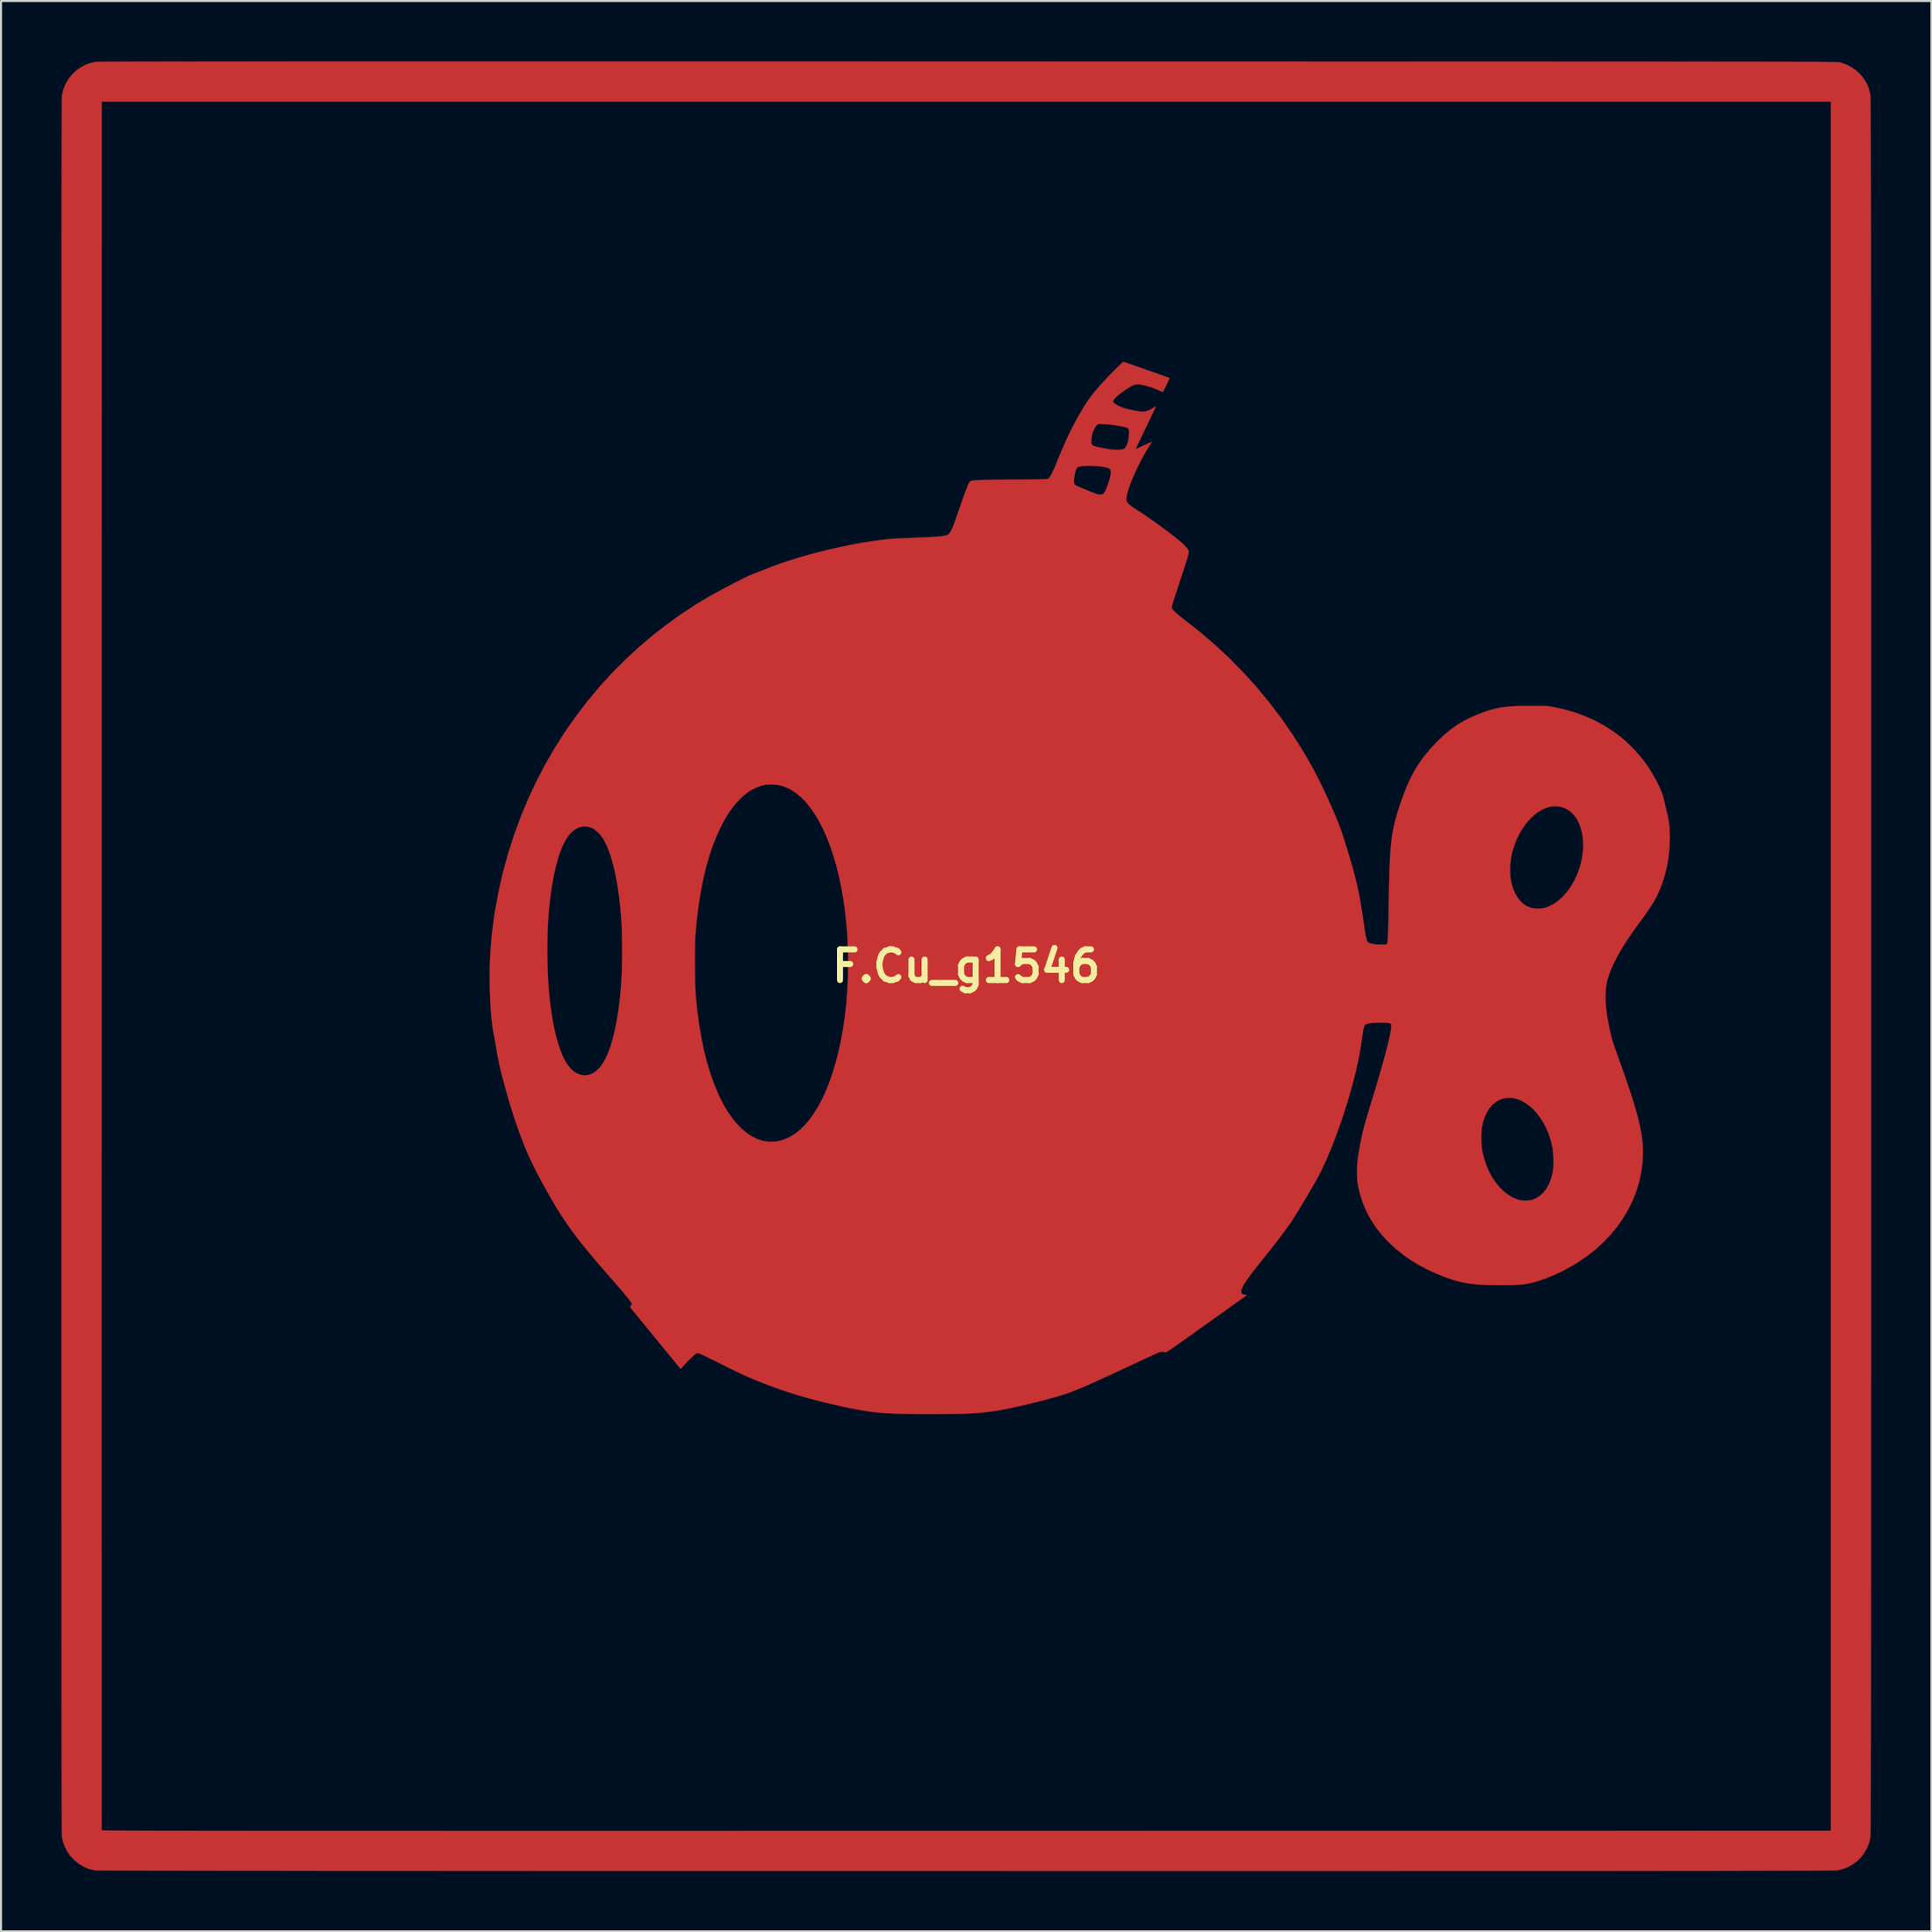
<source format=kicad_pcb>
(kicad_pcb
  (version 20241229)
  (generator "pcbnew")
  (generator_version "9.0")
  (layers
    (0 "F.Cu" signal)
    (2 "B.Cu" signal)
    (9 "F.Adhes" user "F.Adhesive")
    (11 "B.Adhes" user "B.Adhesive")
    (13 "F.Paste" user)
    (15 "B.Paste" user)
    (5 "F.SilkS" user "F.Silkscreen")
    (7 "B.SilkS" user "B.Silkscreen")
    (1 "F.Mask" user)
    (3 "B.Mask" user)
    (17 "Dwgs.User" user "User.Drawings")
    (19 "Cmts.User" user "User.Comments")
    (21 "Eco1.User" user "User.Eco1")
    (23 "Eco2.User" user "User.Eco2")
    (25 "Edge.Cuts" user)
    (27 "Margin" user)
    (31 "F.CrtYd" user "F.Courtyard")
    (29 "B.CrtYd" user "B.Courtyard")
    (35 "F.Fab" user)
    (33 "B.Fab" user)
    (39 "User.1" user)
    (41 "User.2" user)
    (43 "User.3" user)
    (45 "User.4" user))
  (footprint "F.Cu_g1546"
    (layer "F.Cu")
    (at 45.005 45.002)
    (property "Reference" "F.Cu_g1546" (at 0 0 0) (layer "F.SilkS") (effects (font (size 1.524 1.524) (thickness 0.3))))
    (attr through_hole)
    (fp_poly (pts (xy -21.119 -44.997) (xy -20.024 -44.997) (xy -18.895 -44.997) (xy -17.73 -44.997) (xy -16.53 -44.997) (xy -15.293 -44.997) (xy -14.02 -44.997) (xy -12.709 -44.996) (xy -11.361 -44.996) (xy -9.974 -44.996) (xy -8.548 -44.996) (xy -7.083 -44.996) (xy -5.577 -44.996) (xy -4.032 -44.995) (xy -2.445 -44.995) (xy -0.817 -44.995) (xy 0.085 -44.995) (xy 1.723 -44.995) (xy 3.32 -44.995) (xy 4.876 -44.994) (xy 6.391 -44.994) (xy 7.865 -44.994) (xy 9.3 -44.994) (xy 10.696 -44.993) (xy 12.054 -44.993) (xy 13.373 -44.993) (xy 14.655 -44.993) (xy 15.9 -44.993) (xy 17.109 -44.992) (xy 18.282 -44.992) (xy 19.419 -44.992) (xy 20.522 -44.992) (xy 21.59 -44.992) (xy 22.625 -44.991) (xy 23.626 -44.991) (xy 24.595 -44.991) (xy 25.532 -44.991) (xy 26.438 -44.99) (xy 27.312 -44.99) (xy 28.156 -44.99) (xy 28.97 -44.99) (xy 29.754 -44.989) (xy 30.51 -44.989) (xy 31.238 -44.989) (xy 31.937 -44.988) (xy 32.61 -44.988) (xy 33.256 -44.988) (xy 33.875 -44.987) (xy 34.469 -44.987) (xy 35.038 -44.987) (xy 35.583 -44.986) (xy 36.103 -44.986) (xy 36.6 -44.985) (xy 37.074 -44.985) (xy 37.526 -44.984) (xy 37.956 -44.984) (xy 38.365 -44.983) (xy 38.753 -44.983) (xy 39.12 -44.982) (xy 39.468 -44.982) (xy 39.797 -44.981) (xy 40.108 -44.981) (xy 40.4 -44.98) (xy 40.675 -44.979) (xy 40.933 -44.979) (xy 41.174 -44.978) (xy 41.4 -44.977) (xy 41.61 -44.977) (xy 41.805 -44.976) (xy 41.986 -44.975) (xy 42.154 -44.974) (xy 42.308 -44.974) (xy 42.449 -44.973) (xy 42.579 -44.972) (xy 42.697 -44.971) (xy 42.804 -44.97) (xy 42.9 -44.969) (xy 42.986 -44.968) (xy 43.063 -44.967) (xy 43.132 -44.966) (xy 43.191 -44.965) (xy 43.243 -44.964) (xy 43.288 -44.963) (xy 43.326 -44.962) (xy 43.358 -44.96) (xy 43.384 -44.959) (xy 43.406 -44.958) (xy 43.422 -44.957) (xy 43.435 -44.955) (xy 43.444 -44.954) (xy 43.45 -44.953) (xy 43.741 -44.852) (xy 44.006 -44.72) (xy 44.245 -44.559) (xy 44.453 -44.369) (xy 44.631 -44.154) (xy 44.777 -43.914) (xy 44.888 -43.652) (xy 44.962 -43.37) (xy 44.969 -43.334) (xy 44.97 -43.324) (xy 44.971 -43.307) (xy 44.972 -43.283) (xy 44.973 -43.251) (xy 44.974 -43.211) (xy 44.976 -43.162) (xy 44.977 -43.103) (xy 44.978 -43.035) (xy 44.979 -42.956) (xy 44.979 -42.867) (xy 44.98 -42.766) (xy 44.981 -42.653) (xy 44.982 -42.527) (xy 44.983 -42.388) (xy 44.984 -42.236) (xy 44.985 -42.07) (xy 44.985 -41.889) (xy 44.986 -41.693) (xy 44.987 -41.481) (xy 44.988 -41.253) (xy 44.988 -41.008) (xy 44.989 -40.746) (xy 44.989 -40.466) (xy 44.99 -40.168) (xy 44.991 -39.851) (xy 44.991 -39.515) (xy 44.992 -39.158) (xy 44.992 -38.782) (xy 44.993 -38.384) (xy 44.993 -37.965) (xy 44.994 -37.524) (xy 44.994 -37.06) (xy 44.995 -36.574) (xy 44.995 -36.063) (xy 44.995 -35.529) (xy 44.996 -34.97) (xy 44.996 -34.385) (xy 44.996 -33.775) (xy 44.997 -33.139) (xy 44.997 -32.476) (xy 44.997 -31.786) (xy 44.997 -31.068) (xy 44.998 -30.322) (xy 44.998 -29.547) (xy 44.998 -28.742) (xy 44.998 -27.907) (xy 44.999 -27.042) (xy 44.999 -26.146) (xy 44.999 -25.219) (xy 44.999 -24.26) (xy 44.999 -23.268) (xy 44.999 -22.242) (xy 45 -21.184) (xy 45 -20.091) (xy 45 -18.963) (xy 45 -17.801) (xy 45 -16.602) (xy 45 -15.368) (xy 45 -14.096) (xy 45 -12.787) (xy 45 -11.441) (xy 45 -10.056) (xy 45 -8.632) (xy 45 -7.169) (xy 45 -5.666) (xy 45 -4.122) (xy 45 -2.538) (xy 45 -0.912) (xy 45 0) (xy 45 1.649) (xy 45 3.256) (xy 45 4.823) (xy 45 6.348) (xy 45 7.833) (xy 45 9.278) (xy 45 10.685) (xy 45 12.052) (xy 45 13.382) (xy 45 14.673) (xy 45 15.928) (xy 45 17.146) (xy 45 18.329) (xy 45 19.476) (xy 45 20.587) (xy 44.999 21.665) (xy 44.999 22.708) (xy 44.999 23.718) (xy 44.999 24.696) (xy 44.999 25.641) (xy 44.999 26.554) (xy 44.999 27.436) (xy 44.998 28.287) (xy 44.998 29.108) (xy 44.998 29.899) (xy 44.998 30.661) (xy 44.997 31.395) (xy 44.997 32.1) (xy 44.997 32.778) (xy 44.997 33.429) (xy 44.996 34.053) (xy 44.996 34.652) (xy 44.995 35.225) (xy 44.995 35.772) (xy 44.995 36.296) (xy 44.994 36.796) (xy 44.994 37.272) (xy 44.993 37.725) (xy 44.993 38.156) (xy 44.993 38.566) (xy 44.992 38.954) (xy 44.991 39.321) (xy 44.991 39.669) (xy 44.99 39.996) (xy 44.99 40.305) (xy 44.989 40.594) (xy 44.989 40.866) (xy 44.988 41.12) (xy 44.987 41.358) (xy 44.986 41.578) (xy 44.986 41.783) (xy 44.985 41.972) (xy 44.984 42.146) (xy 44.983 42.306) (xy 44.983 42.452) (xy 44.982 42.585) (xy 44.981 42.705) (xy 44.98 42.813) (xy 44.979 42.909) (xy 44.978 42.993) (xy 44.977 43.067) (xy 44.976 43.131) (xy 44.975 43.185) (xy 44.974 43.23) (xy 44.973 43.267) (xy 44.972 43.295) (xy 44.971 43.316) (xy 44.969 43.33) (xy 44.969 43.334) (xy 44.899 43.614) (xy 44.793 43.877) (xy 44.652 44.118) (xy 44.481 44.337) (xy 44.281 44.529) (xy 44.056 44.693) (xy 43.809 44.825) (xy 43.541 44.921) (xy 43.334 44.969) (xy 43.324 44.97) (xy 43.307 44.971) (xy 43.283 44.972) (xy 43.251 44.973) (xy 43.211 44.974) (xy 43.162 44.976) (xy 43.104 44.977) (xy 43.036 44.978) (xy 42.957 44.979) (xy 42.867 44.979) (xy 42.766 44.98) (xy 42.653 44.981) (xy 42.528 44.982) (xy 42.389 44.983) (xy 42.237 44.984) (xy 42.071 44.985) (xy 41.89 44.985) (xy 41.694 44.986) (xy 41.483 44.987) (xy 41.255 44.987) (xy 41.01 44.988) (xy 40.748 44.989) (xy 40.469 44.989) (xy 40.171 44.99) (xy 39.854 44.99) (xy 39.518 44.991) (xy 39.162 44.992) (xy 38.786 44.992) (xy 38.388 44.993) (xy 37.97 44.993) (xy 37.529 44.993) (xy 37.066 44.994) (xy 36.579 44.994) (xy 36.069 44.995) (xy 35.535 44.995) (xy 34.976 44.995) (xy 34.393 44.996) (xy 33.783 44.996) (xy 33.147 44.996) (xy 32.485 44.996) (xy 31.795 44.997) (xy 31.077 44.997) (xy 30.332 44.997) (xy 29.557 44.997) (xy 28.753 44.998) (xy 27.919 44.998) (xy 27.054 44.998) (xy 26.159 44.998) (xy 25.232 44.998) (xy 24.273 44.998) (xy 23.281 44.998) (xy 22.257 44.998) (xy 21.199 44.999) (xy 20.107 44.999) (xy 18.98 44.999) (xy 17.818 44.999) (xy 16.62 44.999) (xy 15.386 44.999) (xy 14.115 44.999) (xy 12.807 44.999) (xy 11.461 44.999) (xy 10.077 44.999) (xy 8.654 44.999) (xy 7.192 44.999) (xy 5.689 44.999) (xy 4.146 44.999) (xy 2.562 44.999) (xy 0.937 44.998) (xy -0.019 44.998) (xy -1.682 44.998) (xy -3.303 44.998) (xy -4.883 44.998) (xy -6.422 44.998) (xy -7.921 44.998) (xy -9.38 44.998) (xy -10.8 44.998) (xy -12.181 44.998) (xy -13.523 44.998) (xy -14.828 44.997) (xy -16.096 44.997) (xy -17.327 44.997) (xy -18.522 44.997) (xy -19.681 44.997) (xy -20.805 44.997) (xy -21.894 44.996) (xy -22.949 44.996) (xy -23.97 44.996) (xy -24.958 44.996) (xy -25.914 44.996) (xy -26.837 44.995) (xy -27.728 44.995) (xy -28.589 44.995) (xy -29.419 44.995) (xy -30.218 44.994) (xy -30.989 44.994) (xy -31.73 44.994) (xy -32.442 44.993) (xy -33.126 44.993) (xy -33.783 44.993) (xy -34.413 44.992) (xy -35.016 44.992) (xy -35.593 44.991) (xy -36.145 44.991) (xy -36.671 44.991) (xy -37.173 44.99) (xy -37.651 44.99) (xy -38.106 44.989) (xy -38.537 44.989) (xy -38.946 44.988) (xy -39.333 44.987) (xy -39.699 44.987) (xy -40.043 44.986) (xy -40.367 44.986) (xy -40.671 44.985) (xy -40.956 44.984) (xy -41.222 44.984) (xy -41.469 44.983) (xy -41.699 44.982) (xy -41.911 44.982) (xy -42.106 44.981) (xy -42.285 44.98) (xy -42.448 44.979) (xy -42.596 44.978) (xy -42.728 44.978) (xy -42.847 44.977) (xy -42.951 44.976) (xy -43.043 44.975) (xy -43.121 44.974) (xy -43.187 44.973) (xy -43.241 44.972) (xy -43.284 44.971) (xy -43.317 44.97) (xy -43.339 44.969) (xy -43.351 44.968) (xy -43.352 44.967) (xy -43.628 44.897) (xy -43.887 44.789) (xy -44.127 44.647) (xy -44.344 44.474) (xy -44.535 44.273) (xy -44.697 44.048) (xy -44.828 43.8) (xy -44.923 43.534) (xy -44.969 43.334) (xy -44.97 43.324) (xy -44.971 43.307) (xy -44.972 43.283) (xy -44.973 43.251) (xy -44.974 43.211) (xy -44.976 43.162) (xy -44.977 43.103) (xy -44.978 43.035) (xy -44.979 42.956) (xy -44.979 42.867) (xy -44.98 42.766) (xy -44.981 42.653) (xy -44.982 42.527) (xy -44.983 42.388) (xy -44.984 42.236) (xy -44.985 42.07) (xy -44.985 41.889) (xy -44.986 41.693) (xy -44.987 41.481) (xy -44.988 41.253) (xy -44.988 41.008) (xy -44.989 40.746) (xy -44.989 40.466) (xy -44.99 40.168) (xy -44.991 39.851) (xy -44.991 39.515) (xy -44.992 39.158) (xy -44.992 38.782) (xy -44.993 38.384) (xy -44.993 37.965) (xy -44.994 37.524) (xy -44.994 37.06) (xy -44.995 36.574) (xy -44.995 36.063) (xy -44.995 35.529) (xy -44.996 34.97) (xy -44.996 34.385) (xy -44.996 33.775) (xy -44.997 33.139) (xy -44.997 32.476) (xy -44.997 31.786) (xy -44.997 31.068) (xy -44.998 30.322) (xy -44.998 29.547) (xy -44.998 28.742) (xy -44.998 27.907) (xy -44.999 27.042) (xy -44.999 26.146) (xy -44.999 25.219) (xy -44.999 24.26) (xy -44.999 23.268) (xy -44.999 22.242) (xy -45 21.184) (xy -45 20.091) (xy -45 20.021) (xy -43.007 20.021) (xy -43.007 21.135) (xy -43.007 22.229) (xy -43.007 23.303) (xy -43.007 24.354) (xy -43.007 25.384) (xy -43.007 26.392) (xy -43.007 27.376) (xy -43.007 28.336) (xy -43.006 29.272) (xy -43.006 30.183) (xy -43.006 31.067) (xy -43.006 31.926) (xy -43.006 32.758) (xy -43.006 33.561) (xy -43.006 34.337) (xy -43.006 35.084) (xy -43.005 35.801) (xy -43.005 36.488) (xy -43.005 37.144) (xy -43.005 37.769) (xy -43.005 38.362) (xy -43.005 38.922) (xy -43.004 39.449) (xy -43.004 39.942) (xy -43.004 40.4) (xy -43.004 40.823) (xy -43.003 41.211) (xy -43.003 41.562) (xy -43.003 41.875) (xy -43.003 42.152) (xy -43.002 42.389) (xy -43.002 42.588) (xy -43.002 42.747) (xy -43.002 42.866) (xy -43.001 42.945) (xy -43.001 42.981) (xy -43.001 42.984) (xy -42.993 42.985) (xy -42.971 42.986) (xy -42.934 42.987) (xy -42.881 42.988) (xy -42.812 42.989) (xy -42.727 42.99) (xy -42.625 42.991) (xy -42.506 42.992) (xy -42.368 42.993) (xy -42.212 42.993) (xy -42.038 42.994) (xy -41.844 42.995) (xy -41.631 42.996) (xy -41.397 42.996) (xy -41.143 42.997) (xy -40.867 42.998) (xy -40.57 42.998) (xy -40.251 42.999) (xy -39.909 42.999) (xy -39.544 43) (xy -39.156 43) (xy -38.744 43.001) (xy -38.307 43.001) (xy -37.846 43.002) (xy -37.359 43.002) (xy -36.847 43.003) (xy -36.308 43.003) (xy -35.743 43.004) (xy -35.15 43.004) (xy -34.53 43.004) (xy -33.881 43.005) (xy -33.204 43.005) (xy -32.498 43.005) (xy -31.762 43.005) (xy -30.996 43.006) (xy -30.2 43.006) (xy -29.373 43.006) (xy -28.515 43.006) (xy -27.624 43.006) (xy -26.702 43.006) (xy -25.746 43.007) (xy -24.758 43.007) (xy -23.735 43.007) (xy -22.679 43.007) (xy -21.587 43.007) (xy -20.461 43.007) (xy -19.299 43.007) (xy -18.101 43.007) (xy -16.866 43.007) (xy -15.594 43.007) (xy -14.285 43.007) (xy -12.938 43.007) (xy -11.553 43.007) (xy -10.129 43.006) (xy -8.665 43.006) (xy -7.162 43.006) (xy -5.618 43.006) (xy -4.034 43.006) (xy -2.408 43.006) (xy -0.741 43.005) (xy 0.005 43.005) (xy 43 43) (xy 43 -43) (xy -43 -43) (xy -43.005 -0.021) (xy -43.006 1.329) (xy -43.006 2.668) (xy -43.006 3.997) (xy -43.006 5.315) (xy -43.006 6.621) (xy -43.006 7.915) (xy -43.006 9.195) (xy -43.007 10.461) (xy -43.007 11.713) (xy -43.007 12.95) (xy -43.007 14.172) (xy -43.007 15.377) (xy -43.007 16.565) (xy -43.007 17.735) (xy -43.007 18.888) (xy -43.007 20.021) (xy -45 20.021) (xy -45 18.963) (xy -45 17.801) (xy -45 16.602) (xy -45 15.368) (xy -45 14.096) (xy -45 12.787) (xy -45 11.441) (xy -45 10.056) (xy -45 8.632) (xy -45 7.169) (xy -45 5.666) (xy -45 4.122) (xy -45 2.538) (xy -45 0.912) (xy -45 0) (xy -45 -1.649) (xy -45 -3.256) (xy -45 -4.823) (xy -45 -6.348) (xy -45 -7.833) (xy -45 -9.278) (xy -45 -10.685) (xy -45 -12.052) (xy -45 -13.382) (xy -45 -14.673) (xy -45 -15.928) (xy -45 -17.146) (xy -45 -18.329) (xy -45 -19.476) (xy -45 -20.587) (xy -44.999 -21.665) (xy -44.999 -22.708) (xy -44.999 -23.718) (xy -44.999 -24.696) (xy -44.999 -25.641) (xy -44.999 -26.554) (xy -44.999 -27.436) (xy -44.998 -28.287) (xy -44.998 -29.108) (xy -44.998 -29.899) (xy -44.998 -30.661) (xy -44.997 -31.395) (xy -44.997 -32.1) (xy -44.997 -32.778) (xy -44.997 -33.429) (xy -44.996 -34.053) (xy -44.996 -34.652) (xy -44.995 -35.225) (xy -44.995 -35.772) (xy -44.995 -36.296) (xy -44.994 -36.796) (xy -44.994 -37.272) (xy -44.993 -37.725) (xy -44.993 -38.156) (xy -44.993 -38.566) (xy -44.992 -38.954) (xy -44.991 -39.321) (xy -44.991 -39.669) (xy -44.99 -39.996) (xy -44.99 -40.305) (xy -44.989 -40.594) (xy -44.989 -40.866) (xy -44.988 -41.12) (xy -44.987 -41.358) (xy -44.986 -41.578) (xy -44.986 -41.783) (xy -44.985 -41.972) (xy -44.984 -42.146) (xy -44.983 -42.306) (xy -44.983 -42.452) (xy -44.982 -42.585) (xy -44.981 -42.705) (xy -44.98 -42.813) (xy -44.979 -42.909) (xy -44.978 -42.993) (xy -44.977 -43.067) (xy -44.976 -43.131) (xy -44.975 -43.185) (xy -44.974 -43.23) (xy -44.973 -43.267) (xy -44.972 -43.295) (xy -44.971 -43.316) (xy -44.969 -43.33) (xy -44.969 -43.334) (xy -44.899 -43.614) (xy -44.793 -43.876) (xy -44.653 -44.118) (xy -44.481 -44.337) (xy -44.282 -44.529) (xy -44.057 -44.692) (xy -43.81 -44.824) (xy -43.543 -44.921) (xy -43.331 -44.969) (xy -43.321 -44.97) (xy -43.304 -44.971) (xy -43.28 -44.973) (xy -43.247 -44.974) (xy -43.207 -44.975) (xy -43.157 -44.976) (xy -43.099 -44.977) (xy -43.03 -44.978) (xy -42.951 -44.979) (xy -42.86 -44.98) (xy -42.759 -44.981) (xy -42.645 -44.982) (xy -42.519 -44.982) (xy -42.379 -44.983) (xy -42.226 -44.984) (xy -42.059 -44.985) (xy -41.877 -44.985) (xy -41.68 -44.986) (xy -41.467 -44.987) (xy -41.238 -44.988) (xy -40.993 -44.988) (xy -40.73 -44.989) (xy -40.449 -44.989) (xy -40.149 -44.99) (xy -39.831 -44.99) (xy -39.494 -44.991) (xy -39.136 -44.991) (xy -38.758 -44.992) (xy -38.359 -44.992) (xy -37.939 -44.993) (xy -37.496 -44.993) (xy -37.031 -44.994) (xy -36.543 -44.994) (xy -36.031 -44.994) (xy -35.495 -44.995) (xy -34.935 -44.995) (xy -34.349 -44.995) (xy -33.737 -44.995) (xy -33.1 -44.996) (xy -32.435 -44.996) (xy -31.743 -44.996) (xy -31.023 -44.996) (xy -30.275 -44.996) (xy -29.498 -44.996) (xy -28.692 -44.997) (xy -27.856 -44.997) (xy -26.989 -44.997) (xy -26.091 -44.997) (xy -25.162 -44.997) (xy -24.201 -44.997) (xy -23.207 -44.997) (xy -22.18 -44.997) (xy -21.119 -44.997)) (stroke (width 0.01) (type solid)) (fill yes) (layer "F.Cu"))
    (fp_poly (pts (xy 8.947 -29.664) (xy 9.157 -29.59) (xy 9.355 -29.521) (xy 9.537 -29.457) (xy 9.701 -29.399) (xy 9.841 -29.349) (xy 9.955 -29.308) (xy 10.039 -29.277) (xy 10.089 -29.258) (xy 10.103 -29.252) (xy 10.1 -29.229) (xy 10.08 -29.175) (xy 10.046 -29.097) (xy 10.002 -29) (xy 9.963 -28.921) (xy 9.91 -28.813) (xy 9.864 -28.717) (xy 9.827 -28.641) (xy 9.803 -28.59) (xy 9.796 -28.574) (xy 9.783 -28.564) (xy 9.749 -28.569) (xy 9.691 -28.59) (xy 9.601 -28.63) (xy 9.594 -28.634) (xy 9.391 -28.721) (xy 9.184 -28.796) (xy 8.983 -28.858) (xy 8.794 -28.903) (xy 8.628 -28.929) (xy 8.523 -28.935) (xy 8.439 -28.929) (xy 8.353 -28.908) (xy 8.259 -28.871) (xy 8.15 -28.813) (xy 8.02 -28.733) (xy 7.928 -28.672) (xy 7.751 -28.547) (xy 7.601 -28.432) (xy 7.478 -28.327) (xy 7.386 -28.235) (xy 7.327 -28.159) (xy 7.303 -28.099) (xy 7.303 -28.092) (xy 7.322 -28.041) (xy 7.378 -27.984) (xy 7.465 -27.923) (xy 7.579 -27.862) (xy 7.713 -27.803) (xy 7.864 -27.751) (xy 7.865 -27.75) (xy 7.975 -27.72) (xy 8.106 -27.688) (xy 8.248 -27.657) (xy 8.392 -27.628) (xy 8.528 -27.604) (xy 8.646 -27.586) (xy 8.737 -27.577) (xy 8.763 -27.576) (xy 8.876 -27.584) (xy 8.988 -27.611) (xy 9.11 -27.661) (xy 9.251 -27.736) (xy 9.274 -27.75) (xy 9.343 -27.79) (xy 9.397 -27.818) (xy 9.426 -27.831) (xy 9.428 -27.831) (xy 9.421 -27.811) (xy 9.396 -27.756) (xy 9.356 -27.671) (xy 9.303 -27.558) (xy 9.237 -27.42) (xy 9.162 -27.262) (xy 9.077 -27.087) (xy 8.986 -26.897) (xy 8.929 -26.778) (xy 8.834 -26.582) (xy 8.746 -26.398) (xy 8.665 -26.229) (xy 8.594 -26.078) (xy 8.533 -25.95) (xy 8.486 -25.847) (xy 8.452 -25.773) (xy 8.434 -25.732) (xy 8.432 -25.724) (xy 8.453 -25.73) (xy 8.507 -25.751) (xy 8.586 -25.786) (xy 8.687 -25.831) (xy 8.802 -25.884) (xy 8.828 -25.896) (xy 8.946 -25.95) (xy 9.05 -25.998) (xy 9.134 -26.035) (xy 9.193 -26.059) (xy 9.221 -26.069) (xy 9.223 -26.069) (xy 9.215 -26.049) (xy 9.188 -26.002) (xy 9.146 -25.933) (xy 9.094 -25.852) (xy 8.926 -25.581) (xy 8.757 -25.282) (xy 8.592 -24.966) (xy 8.436 -24.642) (xy 8.293 -24.32) (xy 8.169 -24.01) (xy 8.067 -23.721) (xy 8.064 -23.713) (xy 8.008 -23.52) (xy 7.974 -23.361) (xy 7.962 -23.235) (xy 7.972 -23.14) (xy 7.987 -23.099) (xy 8.04 -23.026) (xy 8.13 -22.941) (xy 8.258 -22.841) (xy 8.424 -22.728) (xy 8.516 -22.669) (xy 8.689 -22.559) (xy 8.88 -22.432) (xy 9.084 -22.292) (xy 9.297 -22.143) (xy 9.513 -21.989) (xy 9.729 -21.831) (xy 9.94 -21.675) (xy 10.141 -21.522) (xy 10.327 -21.378) (xy 10.495 -21.245) (xy 10.639 -21.126) (xy 10.754 -21.025) (xy 10.803 -20.979) (xy 10.917 -20.863) (xy 10.999 -20.767) (xy 11.049 -20.689) (xy 11.069 -20.627) (xy 11.07 -20.615) (xy 11.066 -20.576) (xy 11.053 -20.516) (xy 11.032 -20.43) (xy 11 -20.319) (xy 10.958 -20.178) (xy 10.905 -20.008) (xy 10.841 -19.805) (xy 10.764 -19.567) (xy 10.674 -19.293) (xy 10.604 -19.082) (xy 10.539 -18.884) (xy 10.477 -18.693) (xy 10.418 -18.515) (xy 10.366 -18.354) (xy 10.321 -18.214) (xy 10.286 -18.101) (xy 10.26 -18.02) (xy 10.248 -17.978) (xy 10.227 -17.899) (xy 10.218 -17.849) (xy 10.22 -17.815) (xy 10.233 -17.783) (xy 10.244 -17.765) (xy 10.284 -17.714) (xy 10.354 -17.643) (xy 10.449 -17.556) (xy 10.563 -17.457) (xy 10.693 -17.35) (xy 10.833 -17.239) (xy 10.903 -17.186) (xy 11.664 -16.587) (xy 12.4 -15.954) (xy 13.11 -15.29) (xy 13.792 -14.594) (xy 14.445 -13.87) (xy 15.067 -13.119) (xy 15.658 -12.341) (xy 16.215 -11.54) (xy 16.737 -10.716) (xy 16.804 -10.604) (xy 17.044 -10.192) (xy 17.275 -9.774) (xy 17.5 -9.343) (xy 17.723 -8.892) (xy 17.947 -8.415) (xy 18.176 -7.905) (xy 18.212 -7.821) (xy 18.314 -7.585) (xy 18.403 -7.376) (xy 18.482 -7.183) (xy 18.553 -7.001) (xy 18.62 -6.82) (xy 18.686 -6.632) (xy 18.753 -6.429) (xy 18.825 -6.204) (xy 18.905 -5.947) (xy 18.921 -5.895) (xy 19.038 -5.508) (xy 19.143 -5.154) (xy 19.235 -4.828) (xy 19.318 -4.521) (xy 19.391 -4.229) (xy 19.457 -3.944) (xy 19.518 -3.66) (xy 19.574 -3.371) (xy 19.627 -3.07) (xy 19.678 -2.751) (xy 19.73 -2.408) (xy 19.758 -2.212) (xy 19.794 -1.966) (xy 19.826 -1.759) (xy 19.855 -1.588) (xy 19.882 -1.452) (xy 19.907 -1.346) (xy 19.931 -1.269) (xy 19.954 -1.217) (xy 19.971 -1.193) (xy 20.033 -1.155) (xy 20.13 -1.122) (xy 20.258 -1.096) (xy 20.411 -1.079) (xy 20.583 -1.071) (xy 20.621 -1.07) (xy 20.737 -1.071) (xy 20.819 -1.074) (xy 20.873 -1.08) (xy 20.906 -1.09) (xy 20.924 -1.103) (xy 20.934 -1.12) (xy 20.943 -1.153) (xy 20.952 -1.204) (xy 20.959 -1.275) (xy 20.967 -1.367) (xy 20.973 -1.484) (xy 20.98 -1.627) (xy 20.986 -1.798) (xy 20.992 -2) (xy 20.998 -2.235) (xy 21.003 -2.505) (xy 21.009 -2.812) (xy 21.015 -3.158) (xy 21.018 -3.313) (xy 21.026 -3.763) (xy 21.034 -4.174) (xy 21.044 -4.549) (xy 21.048 -4.675) (xy 27.05 -4.675) (xy 27.074 -4.386) (xy 27.123 -4.113) (xy 27.197 -3.859) (xy 27.294 -3.628) (xy 27.413 -3.421) (xy 27.553 -3.242) (xy 27.712 -3.093) (xy 27.89 -2.978) (xy 28.085 -2.899) (xy 28.112 -2.891) (xy 28.223 -2.871) (xy 28.359 -2.861) (xy 28.504 -2.861) (xy 28.642 -2.872) (xy 28.752 -2.891) (xy 28.99 -2.974) (xy 29.223 -3.096) (xy 29.446 -3.254) (xy 29.66 -3.446) (xy 29.859 -3.668) (xy 30.044 -3.917) (xy 30.21 -4.191) (xy 30.355 -4.486) (xy 30.477 -4.799) (xy 30.565 -5.093) (xy 30.634 -5.414) (xy 30.675 -5.727) (xy 30.689 -6.028) (xy 30.676 -6.317) (xy 30.638 -6.59) (xy 30.576 -6.846) (xy 30.49 -7.081) (xy 30.383 -7.293) (xy 30.255 -7.48) (xy 30.107 -7.64) (xy 29.94 -7.77) (xy 29.755 -7.868) (xy 29.554 -7.932) (xy 29.337 -7.958) (xy 29.297 -7.959) (xy 29.073 -7.938) (xy 28.851 -7.878) (xy 28.631 -7.78) (xy 28.417 -7.649) (xy 28.21 -7.486) (xy 28.013 -7.294) (xy 27.828 -7.076) (xy 27.657 -6.834) (xy 27.503 -6.572) (xy 27.367 -6.291) (xy 27.253 -5.995) (xy 27.161 -5.686) (xy 27.095 -5.368) (xy 27.083 -5.291) (xy 27.053 -4.978) (xy 27.05 -4.675) (xy 21.048 -4.675) (xy 21.055 -4.891) (xy 21.068 -5.204) (xy 21.083 -5.491) (xy 21.101 -5.754) (xy 21.122 -5.998) (xy 21.146 -6.225) (xy 21.174 -6.438) (xy 21.206 -6.641) (xy 21.243 -6.837) (xy 21.285 -7.029) (xy 21.332 -7.221) (xy 21.385 -7.415) (xy 21.443 -7.615) (xy 21.509 -7.824) (xy 21.581 -8.045) (xy 21.599 -8.096) (xy 21.751 -8.528) (xy 21.907 -8.923) (xy 22.07 -9.287) (xy 22.243 -9.625) (xy 22.429 -9.942) (xy 22.633 -10.245) (xy 22.857 -10.539) (xy 23.104 -10.83) (xy 23.378 -11.122) (xy 23.463 -11.208) (xy 23.784 -11.511) (xy 24.107 -11.777) (xy 24.437 -12.01) (xy 24.782 -12.215) (xy 25.149 -12.396) (xy 25.453 -12.524) (xy 25.681 -12.611) (xy 25.892 -12.685) (xy 26.091 -12.748) (xy 26.284 -12.8) (xy 26.477 -12.842) (xy 26.676 -12.876) (xy 26.885 -12.902) (xy 27.112 -12.92) (xy 27.361 -12.933) (xy 27.639 -12.94) (xy 27.951 -12.943) (xy 28.088 -12.943) (xy 28.299 -12.943) (xy 28.473 -12.943) (xy 28.616 -12.941) (xy 28.732 -12.939) (xy 28.828 -12.936) (xy 28.908 -12.931) (xy 28.979 -12.924) (xy 29.045 -12.916) (xy 29.112 -12.905) (xy 29.174 -12.894) (xy 29.735 -12.773) (xy 30.277 -12.616) (xy 30.798 -12.424) (xy 31.297 -12.198) (xy 31.773 -11.937) (xy 32.224 -11.643) (xy 32.533 -11.411) (xy 32.78 -11.201) (xy 33.032 -10.962) (xy 33.279 -10.707) (xy 33.511 -10.443) (xy 33.718 -10.184) (xy 33.782 -10.097) (xy 33.942 -9.864) (xy 34.093 -9.624) (xy 34.235 -9.381) (xy 34.364 -9.141) (xy 34.476 -8.91) (xy 34.57 -8.693) (xy 34.642 -8.495) (xy 34.69 -8.324) (xy 34.693 -8.306) (xy 34.713 -8.216) (xy 34.74 -8.097) (xy 34.771 -7.964) (xy 34.804 -7.829) (xy 34.817 -7.777) (xy 34.871 -7.552) (xy 34.913 -7.356) (xy 34.944 -7.176) (xy 34.966 -7.001) (xy 34.98 -6.819) (xy 34.988 -6.62) (xy 34.991 -6.392) (xy 34.991 -6.361) (xy 34.973 -5.856) (xy 34.919 -5.357) (xy 34.829 -4.868) (xy 34.706 -4.394) (xy 34.549 -3.941) (xy 34.387 -3.567) (xy 34.331 -3.452) (xy 34.271 -3.339) (xy 34.207 -3.225) (xy 34.135 -3.105) (xy 34.052 -2.975) (xy 33.957 -2.833) (xy 33.846 -2.673) (xy 33.718 -2.492) (xy 33.569 -2.287) (xy 33.398 -2.053) (xy 33.352 -1.991) (xy 33.072 -1.599) (xy 32.816 -1.218) (xy 32.587 -0.849) (xy 32.386 -0.495) (xy 32.213 -0.159) (xy 32.07 0.158) (xy 31.958 0.454) (xy 31.88 0.72) (xy 31.829 0.98) (xy 31.8 1.259) (xy 31.792 1.56) (xy 31.805 1.885) (xy 31.84 2.238) (xy 31.898 2.62) (xy 31.977 3.034) (xy 32.026 3.26) (xy 32.048 3.353) (xy 32.067 3.435) (xy 32.084 3.509) (xy 32.103 3.579) (xy 32.122 3.651) (xy 32.145 3.727) (xy 32.173 3.812) (xy 32.206 3.911) (xy 32.246 4.028) (xy 32.295 4.167) (xy 32.354 4.332) (xy 32.424 4.528) (xy 32.506 4.758) (xy 32.523 4.805) (xy 32.693 5.282) (xy 32.846 5.724) (xy 32.984 6.132) (xy 33.107 6.508) (xy 33.215 6.857) (xy 33.31 7.179) (xy 33.392 7.478) (xy 33.461 7.756) (xy 33.519 8.016) (xy 33.565 8.261) (xy 33.601 8.492) (xy 33.627 8.713) (xy 33.645 8.926) (xy 33.653 9.134) (xy 33.655 9.265) (xy 33.634 9.757) (xy 33.571 10.243) (xy 33.469 10.721) (xy 33.327 11.189) (xy 33.147 11.646) (xy 32.93 12.09) (xy 32.677 12.52) (xy 32.389 12.934) (xy 32.066 13.331) (xy 31.709 13.708) (xy 31.321 14.065) (xy 30.901 14.4) (xy 30.45 14.711) (xy 30.215 14.856) (xy 29.741 15.12) (xy 29.259 15.35) (xy 28.757 15.551) (xy 28.526 15.632) (xy 28.363 15.684) (xy 28.209 15.728) (xy 28.057 15.764) (xy 27.902 15.794) (xy 27.738 15.818) (xy 27.561 15.835) (xy 27.364 15.848) (xy 27.143 15.857) (xy 26.891 15.861) (xy 26.604 15.863) (xy 26.532 15.863) (xy 26.186 15.86) (xy 25.875 15.853) (xy 25.596 15.841) (xy 25.341 15.822) (xy 25.107 15.796) (xy 24.886 15.763) (xy 24.674 15.722) (xy 24.465 15.672) (xy 24.252 15.612) (xy 24.105 15.566) (xy 23.713 15.427) (xy 23.317 15.264) (xy 22.925 15.08) (xy 22.547 14.88) (xy 22.19 14.669) (xy 21.865 14.45) (xy 21.78 14.388) (xy 21.369 14.058) (xy 20.997 13.714) (xy 20.665 13.355) (xy 20.371 12.981) (xy 20.117 12.59) (xy 19.901 12.184) (xy 19.723 11.762) (xy 19.583 11.322) (xy 19.512 11.024) (xy 19.489 10.914) (xy 19.472 10.823) (xy 19.46 10.741) (xy 19.452 10.659) (xy 19.447 10.567) (xy 19.444 10.457) (xy 19.443 10.319) (xy 19.443 10.234) (xy 19.443 10.08) (xy 19.445 9.947) (xy 19.45 9.826) (xy 19.459 9.711) (xy 19.472 9.592) (xy 19.49 9.463) (xy 19.515 9.315) (xy 19.546 9.14) (xy 19.58 8.959) (xy 19.613 8.788) (xy 19.644 8.633) (xy 19.657 8.566) (xy 25.615 8.566) (xy 25.621 8.764) (xy 25.635 8.955) (xy 25.654 9.128) (xy 25.673 9.235) (xy 25.76 9.585) (xy 25.873 9.917) (xy 26.009 10.228) (xy 26.167 10.517) (xy 26.345 10.78) (xy 26.541 11.014) (xy 26.752 11.218) (xy 26.977 11.388) (xy 27.214 11.523) (xy 27.461 11.618) (xy 27.506 11.631) (xy 27.624 11.652) (xy 27.764 11.661) (xy 27.912 11.659) (xy 28.051 11.644) (xy 28.155 11.621) (xy 28.356 11.537) (xy 28.54 11.416) (xy 28.706 11.261) (xy 28.852 11.074) (xy 28.975 10.857) (xy 29.076 10.613) (xy 29.15 10.345) (xy 29.189 10.125) (xy 29.203 9.978) (xy 29.208 9.802) (xy 29.207 9.609) (xy 29.198 9.411) (xy 29.183 9.221) (xy 29.163 9.052) (xy 29.147 8.965) (xy 29.069 8.644) (xy 28.968 8.338) (xy 28.845 8.049) (xy 28.703 7.778) (xy 28.544 7.528) (xy 28.37 7.302) (xy 28.184 7.101) (xy 27.987 6.927) (xy 27.782 6.783) (xy 27.57 6.67) (xy 27.355 6.592) (xy 27.138 6.549) (xy 26.921 6.545) (xy 26.739 6.572) (xy 26.534 6.642) (xy 26.345 6.749) (xy 26.174 6.892) (xy 26.022 7.068) (xy 25.891 7.276) (xy 25.782 7.513) (xy 25.697 7.777) (xy 25.64 8.051) (xy 25.624 8.197) (xy 25.616 8.373) (xy 25.615 8.566) (xy 19.657 8.566) (xy 19.673 8.491) (xy 19.702 8.357) (xy 19.731 8.227) (xy 19.764 8.095) (xy 19.799 7.958) (xy 19.84 7.809) (xy 19.886 7.646) (xy 19.94 7.462) (xy 20.002 7.255) (xy 20.073 7.017) (xy 20.156 6.746) (xy 20.193 6.625) (xy 20.344 6.126) (xy 20.483 5.66) (xy 20.609 5.228) (xy 20.722 4.831) (xy 20.821 4.469) (xy 20.908 4.142) (xy 20.981 3.852) (xy 21.041 3.599) (xy 21.088 3.382) (xy 21.12 3.203) (xy 21.139 3.063) (xy 21.144 2.961) (xy 21.135 2.898) (xy 21.129 2.887) (xy 21.105 2.86) (xy 21.07 2.839) (xy 21.019 2.825) (xy 20.946 2.815) (xy 20.844 2.81) (xy 20.709 2.808) (xy 20.627 2.807) (xy 20.399 2.811) (xy 20.206 2.823) (xy 20.05 2.842) (xy 19.932 2.868) (xy 19.871 2.892) (xy 19.845 2.909) (xy 19.823 2.933) (xy 19.803 2.97) (xy 19.783 3.022) (xy 19.764 3.094) (xy 19.745 3.19) (xy 19.723 3.313) (xy 19.699 3.469) (xy 19.672 3.659) (xy 19.652 3.799) (xy 19.583 4.234) (xy 19.493 4.7) (xy 19.384 5.19) (xy 19.258 5.698) (xy 19.117 6.22) (xy 18.962 6.749) (xy 18.795 7.28) (xy 18.618 7.808) (xy 18.434 8.326) (xy 18.242 8.828) (xy 18.047 9.31) (xy 17.848 9.765) (xy 17.648 10.189) (xy 17.598 10.289) (xy 17.542 10.397) (xy 17.467 10.534) (xy 17.376 10.696) (xy 17.272 10.879) (xy 17.157 11.077) (xy 17.036 11.285) (xy 16.91 11.499) (xy 16.782 11.713) (xy 16.655 11.924) (xy 16.533 12.125) (xy 16.418 12.313) (xy 16.314 12.481) (xy 16.222 12.626) (xy 16.145 12.743) (xy 16.102 12.806) (xy 15.995 12.956) (xy 15.867 13.13) (xy 15.724 13.323) (xy 15.572 13.525) (xy 15.415 13.73) (xy 15.261 13.929) (xy 15.115 14.115) (xy 14.988 14.273) (xy 14.761 14.556) (xy 14.56 14.808) (xy 14.383 15.032) (xy 14.23 15.23) (xy 14.099 15.405) (xy 13.989 15.557) (xy 13.898 15.689) (xy 13.824 15.804) (xy 13.767 15.903) (xy 13.725 15.988) (xy 13.696 16.061) (xy 13.679 16.124) (xy 13.674 16.18) (xy 13.674 16.185) (xy 13.679 16.247) (xy 13.7 16.289) (xy 13.746 16.317) (xy 13.825 16.339) (xy 13.84 16.342) (xy 13.95 16.366) (xy 11.946 17.795) (xy 11.64 18.013) (xy 11.368 18.207) (xy 11.126 18.379) (xy 10.913 18.531) (xy 10.727 18.663) (xy 10.565 18.777) (xy 10.427 18.874) (xy 10.31 18.956) (xy 10.212 19.023) (xy 10.131 19.078) (xy 10.066 19.121) (xy 10.014 19.153) (xy 9.974 19.177) (xy 9.943 19.192) (xy 9.921 19.201) (xy 9.904 19.205) (xy 9.891 19.205) (xy 9.88 19.203) (xy 9.874 19.201) (xy 9.831 19.186) (xy 9.791 19.177) (xy 9.749 19.173) (xy 9.702 19.178) (xy 9.645 19.191) (xy 9.574 19.215) (xy 9.485 19.251) (xy 9.372 19.3) (xy 9.233 19.363) (xy 9.063 19.443) (xy 8.932 19.504) (xy 8.765 19.583) (xy 8.575 19.671) (xy 8.368 19.768) (xy 8.146 19.871) (xy 7.915 19.978) (xy 7.679 20.087) (xy 7.441 20.197) (xy 7.207 20.305) (xy 6.981 20.409) (xy 6.766 20.507) (xy 6.567 20.598) (xy 6.389 20.68) (xy 6.235 20.75) (xy 6.11 20.806) (xy 6.018 20.847) (xy 6.001 20.854) (xy 5.765 20.956) (xy 5.542 21.048) (xy 5.328 21.132) (xy 5.116 21.211) (xy 4.902 21.285) (xy 4.68 21.356) (xy 4.446 21.427) (xy 4.193 21.498) (xy 3.917 21.572) (xy 3.613 21.649) (xy 3.275 21.732) (xy 3.09 21.777) (xy 2.715 21.865) (xy 2.373 21.942) (xy 2.061 22.008) (xy 1.771 22.064) (xy 1.499 22.111) (xy 1.238 22.15) (xy 0.983 22.182) (xy 0.727 22.208) (xy 0.465 22.229) (xy 0.201 22.245) (xy 0.049 22.252) (xy -0.14 22.258) (xy -0.361 22.263) (xy -0.607 22.268) (xy -0.873 22.271) (xy -1.154 22.274) (xy -1.444 22.276) (xy -1.738 22.277) (xy -2.03 22.277) (xy -2.315 22.276) (xy -2.587 22.273) (xy -2.84 22.27) (xy -2.995 22.268) (xy -3.335 22.26) (xy -3.641 22.249) (xy -3.92 22.236) (xy -4.181 22.219) (xy -4.429 22.197) (xy -4.672 22.169) (xy -4.918 22.135) (xy -5.173 22.094) (xy -5.445 22.045) (xy -5.742 21.986) (xy -6.069 21.918) (xy -6.181 21.895) (xy -6.86 21.742) (xy -7.503 21.582) (xy -8.118 21.414) (xy -8.71 21.234) (xy -9.287 21.041) (xy -9.855 20.834) (xy -10.026 20.768) (xy -10.249 20.68) (xy -10.455 20.597) (xy -10.651 20.515) (xy -10.843 20.433) (xy -11.036 20.346) (xy -11.237 20.254) (xy -11.451 20.152) (xy -11.684 20.039) (xy -11.942 19.911) (xy -12.232 19.766) (xy -12.251 19.756) (xy -12.442 19.66) (xy -12.624 19.57) (xy -12.793 19.488) (xy -12.944 19.414) (xy -13.074 19.352) (xy -13.179 19.303) (xy -13.256 19.268) (xy -13.3 19.251) (xy -13.306 19.249) (xy -13.394 19.249) (xy -13.437 19.264) (xy -13.473 19.29) (xy -13.531 19.341) (xy -13.607 19.411) (xy -13.695 19.495) (xy -13.788 19.586) (xy -13.882 19.68) (xy -13.969 19.771) (xy -14.045 19.852) (xy -14.103 19.918) (xy -14.151 19.973) (xy -14.189 20.011) (xy -14.208 20.024) (xy -14.209 20.023) (xy -14.223 20.006) (xy -14.262 19.958) (xy -14.325 19.882) (xy -14.408 19.78) (xy -14.511 19.654) (xy -14.632 19.507) (xy -14.768 19.341) (xy -14.917 19.159) (xy -15.079 18.961) (xy -15.25 18.752) (xy -15.43 18.533) (xy -15.469 18.484) (xy -16.721 16.956) (xy -16.669 16.879) (xy -16.636 16.819) (xy -16.632 16.776) (xy -16.636 16.766) (xy -16.668 16.714) (xy -16.72 16.642) (xy -16.793 16.547) (xy -16.889 16.429) (xy -17.008 16.285) (xy -17.151 16.116) (xy -17.32 15.919) (xy -17.514 15.694) (xy -17.737 15.44) (xy -17.794 15.374) (xy -18.119 15.001) (xy -18.418 14.653) (xy -18.692 14.328) (xy -18.945 14.022) (xy -19.178 13.73) (xy -19.395 13.45) (xy -19.599 13.177) (xy -19.792 12.907) (xy -19.977 12.637) (xy -20.157 12.364) (xy -20.333 12.082) (xy -20.51 11.789) (xy -20.69 11.48) (xy -20.875 11.152) (xy -21.066 10.806) (xy -21.237 10.488) (xy -21.389 10.199) (xy -21.524 9.931) (xy -21.646 9.679) (xy -21.758 9.436) (xy -21.863 9.194) (xy -21.964 8.946) (xy -22.042 8.749) (xy -22.157 8.447) (xy -22.259 8.173) (xy -22.351 7.917) (xy -22.436 7.67) (xy -22.517 7.423) (xy -22.598 7.167) (xy -22.681 6.893) (xy -22.77 6.591) (xy -22.815 6.435) (xy -22.921 6.059) (xy -23.014 5.718) (xy -23.096 5.407) (xy -23.166 5.123) (xy -23.227 4.861) (xy -23.278 4.615) (xy -23.322 4.381) (xy -23.36 4.155) (xy -23.369 4.096) (xy -23.391 3.96) (xy -23.416 3.811) (xy -23.442 3.669) (xy -23.464 3.556) (xy -23.511 3.314) (xy -23.552 3.063) (xy -23.587 2.798) (xy -23.617 2.516) (xy -23.642 2.212) (xy -23.663 1.881) (xy -23.68 1.519) (xy -23.693 1.121) (xy -23.698 0.921) (xy -23.699 0.097) (xy -23.665 -0.729) (xy -23.662 -0.762) (xy -20.836 -0.762) (xy -20.827 -0.048) (xy -20.8 0.629) (xy -20.755 1.27) (xy -20.692 1.877) (xy -20.611 2.452) (xy -20.512 2.994) (xy -20.416 3.42) (xy -20.314 3.798) (xy -20.204 4.134) (xy -20.087 4.431) (xy -19.962 4.687) (xy -19.829 4.905) (xy -19.686 5.083) (xy -19.535 5.224) (xy -19.374 5.327) (xy -19.362 5.333) (xy -19.18 5.403) (xy -19.001 5.431) (xy -18.822 5.418) (xy -18.698 5.385) (xy -18.526 5.304) (xy -18.363 5.183) (xy -18.209 5.02) (xy -18.064 4.817) (xy -17.928 4.574) (xy -17.802 4.291) (xy -17.684 3.968) (xy -17.576 3.605) (xy -17.478 3.203) (xy -17.39 2.763) (xy -17.311 2.284) (xy -17.273 2.008) (xy -17.233 1.681) (xy -17.199 1.366) (xy -17.172 1.053) (xy -17.15 0.737) (xy -17.134 0.409) (xy -17.123 0.061) (xy -17.117 -0.312) (xy -17.116 -0.401) (xy -13.495 -0.401) (xy -13.495 -0.141) (xy -13.493 0.121) (xy -13.491 0.379) (xy -13.487 0.626) (xy -13.482 0.857) (xy -13.475 1.066) (xy -13.468 1.247) (xy -13.459 1.395) (xy -13.456 1.439) (xy -13.381 2.182) (xy -13.288 2.887) (xy -13.176 3.555) (xy -13.045 4.188) (xy -12.894 4.786) (xy -12.725 5.349) (xy -12.535 5.879) (xy -12.326 6.376) (xy -12.234 6.572) (xy -12.034 6.953) (xy -11.823 7.299) (xy -11.601 7.61) (xy -11.37 7.885) (xy -11.131 8.122) (xy -10.883 8.322) (xy -10.629 8.484) (xy -10.369 8.606) (xy -10.105 8.689) (xy -9.836 8.731) (xy -9.564 8.731) (xy -9.448 8.719) (xy -9.19 8.664) (xy -8.932 8.572) (xy -8.796 8.509) (xy -8.535 8.352) (xy -8.282 8.155) (xy -8.038 7.919) (xy -7.804 7.646) (xy -7.581 7.336) (xy -7.368 6.992) (xy -7.167 6.614) (xy -6.978 6.204) (xy -6.802 5.763) (xy -6.639 5.293) (xy -6.49 4.795) (xy -6.355 4.27) (xy -6.235 3.72) (xy -6.13 3.146) (xy -6.042 2.549) (xy -5.97 1.93) (xy -5.959 1.82) (xy -5.912 1.207) (xy -5.883 0.567) (xy -5.872 -0.088) (xy -5.88 -0.747) (xy -5.906 -1.399) (xy -5.951 -2.032) (xy -5.96 -2.127) (xy -6.026 -2.737) (xy -6.109 -3.328) (xy -6.208 -3.898) (xy -6.323 -4.446) (xy -6.452 -4.971) (xy -6.597 -5.47) (xy -6.755 -5.942) (xy -6.926 -6.387) (xy -7.11 -6.802) (xy -7.306 -7.187) (xy -7.513 -7.539) (xy -7.731 -7.857) (xy -7.959 -8.14) (xy -8.196 -8.387) (xy -8.443 -8.595) (xy -8.697 -8.764) (xy -8.835 -8.837) (xy -9.02 -8.919) (xy -9.191 -8.975) (xy -9.364 -9.011) (xy -9.556 -9.03) (xy -9.601 -9.032) (xy -9.824 -9.033) (xy -10.023 -9.014) (xy -10.213 -8.97) (xy -10.407 -8.9) (xy -10.573 -8.822) (xy -10.74 -8.73) (xy -10.897 -8.625) (xy -11.054 -8.499) (xy -11.215 -8.351) (xy -11.427 -8.131) (xy -11.624 -7.893) (xy -11.81 -7.629) (xy -11.991 -7.335) (xy -12.17 -7.005) (xy -12.178 -6.989) (xy -12.396 -6.524) (xy -12.595 -6.027) (xy -12.776 -5.497) (xy -12.937 -4.933) (xy -13.08 -4.335) (xy -13.204 -3.701) (xy -13.311 -3.031) (xy -13.399 -2.324) (xy -13.467 -1.609) (xy -13.475 -1.479) (xy -13.482 -1.313) (xy -13.487 -1.116) (xy -13.491 -0.895) (xy -13.494 -0.655) (xy -13.495 -0.401) (xy -17.116 -0.401) (xy -17.114 -0.72) (xy -17.114 -0.762) (xy -17.115 -1.055) (xy -17.117 -1.313) (xy -17.12 -1.544) (xy -17.125 -1.755) (xy -17.133 -1.953) (xy -17.143 -2.147) (xy -17.156 -2.344) (xy -17.171 -2.55) (xy -17.191 -2.775) (xy -17.199 -2.868) (xy -17.251 -3.364) (xy -17.315 -3.837) (xy -17.39 -4.283) (xy -17.474 -4.702) (xy -17.568 -5.091) (xy -17.672 -5.447) (xy -17.784 -5.768) (xy -17.904 -6.052) (xy -18.031 -6.296) (xy -18.119 -6.429) (xy -18.226 -6.56) (xy -18.342 -6.679) (xy -18.46 -6.779) (xy -18.569 -6.85) (xy -18.576 -6.854) (xy -18.758 -6.924) (xy -18.94 -6.952) (xy -19.12 -6.94) (xy -19.296 -6.887) (xy -19.466 -6.796) (xy -19.627 -6.667) (xy -19.776 -6.5) (xy -19.831 -6.426) (xy -19.963 -6.209) (xy -20.087 -5.952) (xy -20.204 -5.656) (xy -20.313 -5.323) (xy -20.413 -4.954) (xy -20.505 -4.55) (xy -20.586 -4.114) (xy -20.658 -3.646) (xy -20.679 -3.493) (xy -20.723 -3.119) (xy -20.76 -2.752) (xy -20.789 -2.384) (xy -20.81 -2.006) (xy -20.825 -1.61) (xy -20.833 -1.188) (xy -20.836 -0.762) (xy -23.662 -0.762) (xy -23.594 -1.562) (xy -23.487 -2.408) (xy -23.43 -2.773) (xy -23.252 -3.733) (xy -23.035 -4.679) (xy -22.779 -5.61) (xy -22.486 -6.525) (xy -22.156 -7.423) (xy -21.79 -8.303) (xy -21.388 -9.164) (xy -20.95 -10.005) (xy -20.478 -10.825) (xy -19.972 -11.623) (xy -19.432 -12.397) (xy -18.86 -13.147) (xy -18.256 -13.872) (xy -17.621 -14.57) (xy -16.954 -15.242) (xy -16.257 -15.884) (xy -15.531 -16.498) (xy -14.954 -16.947) (xy -14.233 -17.468) (xy -13.509 -17.947) (xy -12.78 -18.384) (xy -12.488 -18.547) (xy -12.197 -18.705) (xy -11.918 -18.854) (xy -11.655 -18.992) (xy -11.411 -19.119) (xy -11.187 -19.232) (xy -10.987 -19.33) (xy -10.813 -19.413) (xy -10.668 -19.478) (xy -10.554 -19.525) (xy -10.483 -19.55) (xy -10.419 -19.571) (xy -10.327 -19.605) (xy -10.218 -19.648) (xy -10.102 -19.695) (xy -10.065 -19.71) (xy -9.669 -19.869) (xy -9.237 -20.026) (xy -8.775 -20.18) (xy -8.288 -20.33) (xy -7.782 -20.474) (xy -7.264 -20.611) (xy -6.739 -20.739) (xy -6.212 -20.857) (xy -5.691 -20.963) (xy -5.181 -21.057) (xy -4.688 -21.136) (xy -4.217 -21.199) (xy -3.775 -21.245) (xy -3.715 -21.251) (xy -3.623 -21.257) (xy -3.499 -21.264) (xy -3.349 -21.272) (xy -3.184 -21.28) (xy -3.013 -21.288) (xy -2.868 -21.293) (xy -2.542 -21.306) (xy -2.255 -21.318) (xy -2.004 -21.329) (xy -1.788 -21.34) (xy -1.603 -21.351) (xy -1.447 -21.361) (xy -1.317 -21.373) (xy -1.209 -21.384) (xy -1.122 -21.396) (xy -1.052 -21.41) (xy -0.997 -21.424) (xy -0.995 -21.424) (xy -0.949 -21.442) (xy -0.906 -21.466) (xy -0.864 -21.5) (xy -0.824 -21.547) (xy -0.782 -21.61) (xy -0.738 -21.692) (xy -0.69 -21.795) (xy -0.637 -21.922) (xy -0.577 -22.077) (xy -0.51 -22.263) (xy -0.433 -22.482) (xy -0.344 -22.736) (xy -0.306 -22.849) (xy -0.206 -23.14) (xy -0.117 -23.391) (xy -0.04 -23.603) (xy 0.026 -23.776) (xy 0.08 -23.91) (xy 0.124 -24.007) (xy 0.157 -24.067) (xy 0.164 -24.075) (xy 5.357 -24.075) (xy 5.369 -23.997) (xy 5.392 -23.955) (xy 5.448 -23.916) (xy 5.543 -23.866) (xy 5.672 -23.806) (xy 5.835 -23.737) (xy 6.027 -23.66) (xy 6.032 -23.658) (xy 6.151 -23.613) (xy 6.262 -23.569) (xy 6.358 -23.532) (xy 6.43 -23.504) (xy 6.456 -23.493) (xy 6.573 -23.46) (xy 6.684 -23.454) (xy 6.78 -23.475) (xy 6.834 -23.506) (xy 6.872 -23.555) (xy 6.918 -23.637) (xy 6.967 -23.744) (xy 7.017 -23.87) (xy 7.066 -24.007) (xy 7.111 -24.146) (xy 7.149 -24.281) (xy 7.177 -24.402) (xy 7.194 -24.504) (xy 7.197 -24.552) (xy 7.189 -24.634) (xy 7.164 -24.697) (xy 7.116 -24.746) (xy 7.04 -24.783) (xy 6.93 -24.813) (xy 6.805 -24.836) (xy 6.636 -24.858) (xy 6.457 -24.874) (xy 6.275 -24.883) (xy 6.097 -24.885) (xy 5.931 -24.881) (xy 5.783 -24.871) (xy 5.661 -24.854) (xy 5.571 -24.831) (xy 5.556 -24.824) (xy 5.515 -24.795) (xy 5.48 -24.744) (xy 5.448 -24.665) (xy 5.417 -24.553) (xy 5.396 -24.458) (xy 5.37 -24.312) (xy 5.357 -24.183) (xy 5.357 -24.075) (xy 0.164 -24.075) (xy 0.169 -24.083) (xy 0.185 -24.099) (xy 0.202 -24.113) (xy 0.224 -24.126) (xy 0.252 -24.136) (xy 0.29 -24.146) (xy 0.34 -24.154) (xy 0.405 -24.16) (xy 0.487 -24.166) (xy 0.59 -24.171) (xy 0.716 -24.175) (xy 0.867 -24.179) (xy 1.047 -24.182) (xy 1.258 -24.185) (xy 1.502 -24.188) (xy 1.783 -24.19) (xy 2.103 -24.193) (xy 2.17 -24.194) (xy 2.443 -24.197) (xy 2.706 -24.199) (xy 2.954 -24.202) (xy 3.185 -24.206) (xy 3.395 -24.209) (xy 3.581 -24.212) (xy 3.74 -24.215) (xy 3.868 -24.218) (xy 3.963 -24.221) (xy 4.02 -24.224) (xy 4.036 -24.225) (xy 4.08 -24.245) (xy 4.126 -24.287) (xy 4.176 -24.353) (xy 4.232 -24.446) (xy 4.294 -24.57) (xy 4.366 -24.727) (xy 4.447 -24.919) (xy 4.507 -25.069) (xy 4.727 -25.604) (xy 4.945 -26.101) (xy 4.972 -26.157) (xy 6.219 -26.157) (xy 6.222 -26.048) (xy 6.238 -25.971) (xy 6.273 -25.918) (xy 6.332 -25.88) (xy 6.422 -25.847) (xy 6.422 -25.847) (xy 6.489 -25.829) (xy 6.589 -25.807) (xy 6.711 -25.783) (xy 6.845 -25.758) (xy 6.982 -25.734) (xy 7.113 -25.713) (xy 7.226 -25.697) (xy 7.292 -25.689) (xy 7.395 -25.682) (xy 7.509 -25.682) (xy 7.623 -25.687) (xy 7.725 -25.697) (xy 7.806 -25.711) (xy 7.846 -25.724) (xy 7.91 -25.78) (xy 7.968 -25.873) (xy 8.018 -25.999) (xy 8.058 -26.156) (xy 8.086 -26.337) (xy 8.096 -26.432) (xy 8.1 -26.57) (xy 8.087 -26.671) (xy 8.056 -26.74) (xy 8.024 -26.77) (xy 7.972 -26.791) (xy 7.885 -26.815) (xy 7.769 -26.841) (xy 7.632 -26.866) (xy 7.481 -26.891) (xy 7.321 -26.913) (xy 7.161 -26.933) (xy 7.006 -26.948) (xy 6.865 -26.958) (xy 6.847 -26.959) (xy 6.572 -26.972) (xy 6.502 -26.914) (xy 6.431 -26.833) (xy 6.364 -26.72) (xy 6.305 -26.585) (xy 6.259 -26.438) (xy 6.229 -26.288) (xy 6.219 -26.157) (xy 4.972 -26.157) (xy 5.163 -26.564) (xy 5.384 -26.998) (xy 5.608 -27.405) (xy 5.838 -27.791) (xy 6.043 -28.109) (xy 6.188 -28.315) (xy 6.366 -28.541) (xy 6.572 -28.786) (xy 6.804 -29.047) (xy 7.06 -29.32) (xy 7.336 -29.602) (xy 7.614 -29.873) (xy 7.808 -30.061) (xy 8.947 -29.664)) (stroke (width 0.01) (type solid)) (fill yes) (layer "F.Cu")))
  (gr_rect
    (start -3 -3)
    (end 93.011 93.006)
    (stroke (width 0.1) (type default))
    (fill no)
    (layer "Edge.Cuts")))
</source>
